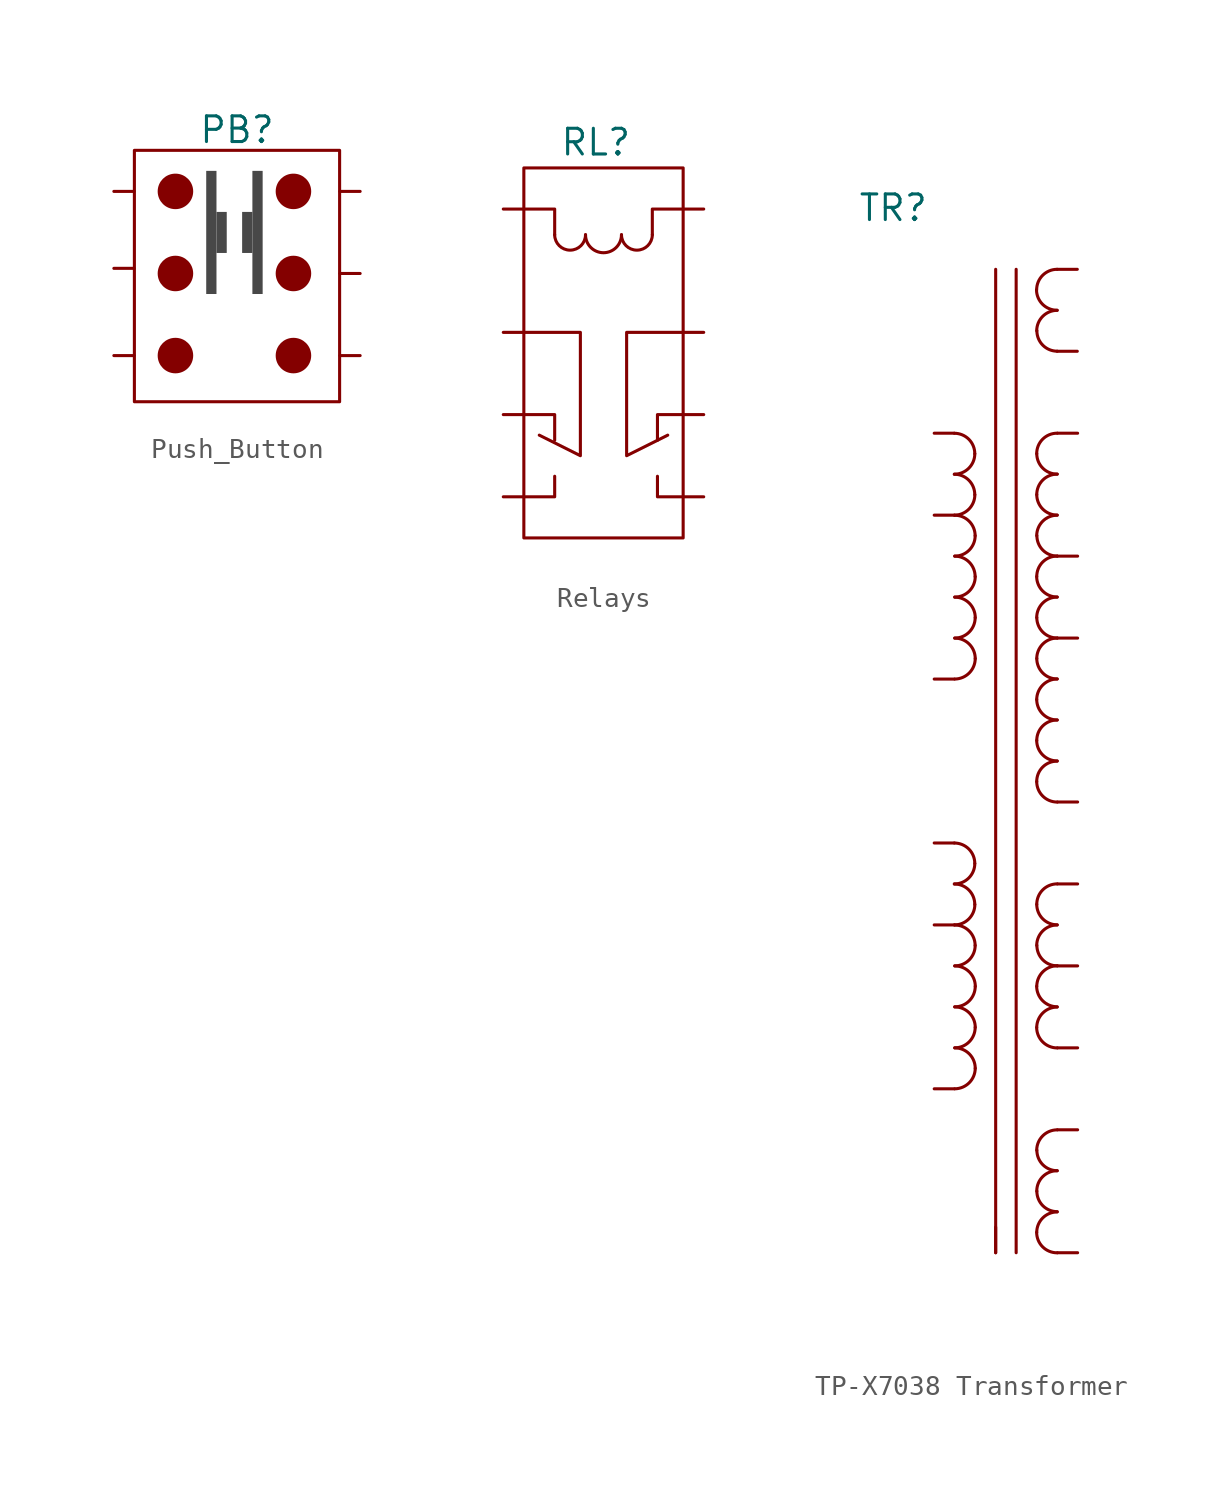
<source format=kicad_sym>
(kicad_symbol_lib
  (version 20231120)
  (generator "kicad_symbol_editor")
  (generator_version "8.0")
  (symbol "Push_Button"
    (property "Reference" "PB"
      (at 1.524 10.668 0)
      (effects (font (size 1.27 1.27))))
    (property "Value" ""
      (at 0 0 0)
      (effects (font (size 1.27 1.27))))
    (symbol "Push_Button_0_1"
      (rectangle (start -3.556 9.652) (end 6.604 -2.794) (stroke (width 0) (type default)) (fill (type none))))
    (symbol "Push_Button_1_1"
      (circle (center -1.524 -0.508) (radius 0.803) (stroke (width 0) (type default)) (fill (type outline)))
      (circle (center -1.524 3.556) (radius 0.803) (stroke (width 0) (type default)) (fill (type outline)))
      (circle (center -1.524 7.62) (radius 0.803) (stroke (width 0) (type default)) (fill (type outline)))
      (rectangle (start 0 8.636) (end 0.508 2.54) (stroke (width -0.0001) (type default)) (fill (type color) (color 72 72 72 1)))
      (rectangle (start 0.508 6.604) (end 1.016 4.572) (stroke (width -0.0001) (type default)) (fill (type color) (color 72 72 72 1)))
      (rectangle (start 1.778 6.604) (end 2.286 4.572) (stroke (width -0.0001) (type default)) (fill (type color) (color 72 72 72 1)))
      (rectangle (start 2.794 2.54) (end 2.286 8.636) (stroke (width -0.0001) (type default)) (fill (type color) (color 72 72 72 1)))
      (circle (center 4.318 -0.508) (radius 0.803) (stroke (width 0) (type default)) (fill (type outline)))
      (circle (center 4.318 3.556) (radius 0.803) (stroke (width 0) (type default)) (fill (type outline)))
      (circle (center 4.318 7.62) (radius 0.803) (stroke (width 0) (type default)) (fill (type outline)))
      (pin passive line (at -4.572 -0.508 0) (length 1) (name "" (effects (font (size 1.27 1.27)))) (number "" (effects (font (size 1.27 1.27)))))
      (pin passive line (at -4.572 3.81 0) (length 1) (name "" (effects (font (size 1.27 1.27)))) (number "" (effects (font (size 1.27 1.27)))))
      (pin passive line (at -4.572 7.62 0) (length 1) (name "" (effects (font (size 1.27 1.27)))) (number "" (effects (font (size 1.27 1.27)))))
      (pin passive line (at 7.62 -0.508 180) (length 1) (name "" (effects (font (size 1.27 1.27)))) (number "" (effects (font (size 1.27 1.27)))))
      (pin passive line (at 7.62 3.556 180) (length 1) (name "" (effects (font (size 1.27 1.27)))) (number "" (effects (font (size 1.27 1.27)))))
      (pin passive line (at 7.62 7.62 180) (length 1) (name "" (effects (font (size 1.27 1.27)))) (number "" (effects (font (size 1.27 1.27)))))))
  (symbol "Relays"
    (property "Reference" "RL"
      (at 1.524 5.334 0)
      (effects (font (size 1.27 1.27))))
    (property "Value" ""
      (at 0 0 0)
      (effects (font (size 1.27 1.27))))
    (symbol "Relays_0_1"
      (rectangle (start -2.032 4.064) (end 5.842 -14.224) (stroke (width 0) (type default)) (fill (type none)))
      (arc (start -0.508 0.762) (mid 0.254 0) (end 1.016 0.762) (stroke (width 0) (type default)) (fill (type none)))
      (polyline (pts (xy -2.032 -12.192) (xy -0.508 -12.192) (xy -0.508 -11.176)) (stroke (width 0) (type default)) (fill (type none)))
      (polyline (pts (xy -2.032 -8.128) (xy -0.508 -8.128) (xy -0.508 -9.398)) (stroke (width 0) (type default)) (fill (type none)))
      (polyline (pts (xy -2.032 2.032) (xy -0.508 2.032) (xy -0.508 0.762)) (stroke (width 0) (type default)) (fill (type none)))
      (polyline (pts (xy 5.842 -12.192) (xy 4.572 -12.192) (xy 4.572 -11.176)) (stroke (width 0) (type default)) (fill (type none)))
      (polyline (pts (xy 5.842 -8.128) (xy 4.572 -8.128) (xy 4.572 -9.398)) (stroke (width 0) (type default)) (fill (type none)))
      (polyline (pts (xy 5.842 2.032) (xy 4.318 2.032) (xy 4.318 0.762)) (stroke (width 0) (type default)) (fill (type none)))
      (polyline (pts (xy -2.032 -4.064) (xy 0.762 -4.064) (xy 0.762 -10.16) (xy -1.27 -9.144)) (stroke (width 0) (type default)) (fill (type none)))
      (polyline (pts (xy 5.842 -4.064) (xy 3.048 -4.064) (xy 3.048 -10.16) (xy 5.08 -9.144)) (stroke (width 0) (type default)) (fill (type none)))
      (arc (start 1.016 0.762) (mid 1.905 -0.127) (end 2.794 0.762) (stroke (width 0) (type default)) (fill (type none)))
      (arc (start 2.794 0.762) (mid 3.556 0) (end 4.318 0.762) (stroke (width 0) (type default)) (fill (type none))))
    (symbol "Relays_1_1"
      (pin passive line (at -3.048 -12.192 0) (length 1) (name "" (effects (font (size 1.27 1.27)))) (number "" (effects (font (size 1.27 1.27)))))
      (pin passive line (at -3.048 -8.128 0) (length 1) (name "" (effects (font (size 1.27 1.27)))) (number "" (effects (font (size 1.27 1.27)))))
      (pin passive line (at -3.048 -4.064 0) (length 1) (name "" (effects (font (size 1.27 1.27)))) (number "" (effects (font (size 1.27 1.27)))))
      (pin passive line (at -3.048 2.032 0) (length 1) (name "" (effects (font (size 1.27 1.27)))) (number "" (effects (font (size 1.27 1.27)))))
      (pin passive line (at 6.858 -12.192 180) (length 1) (name "" (effects (font (size 1.27 1.27)))) (number "" (effects (font (size 1.27 1.27)))))
      (pin passive line (at 6.858 -8.128 180) (length 1) (name "" (effects (font (size 1.27 1.27)))) (number "" (effects (font (size 1.27 1.27)))))
      (pin passive line (at 6.858 -4.064 180) (length 1) (name "" (effects (font (size 1.27 1.27)))) (number "" (effects (font (size 1.27 1.27)))))
      (pin passive line (at 6.858 2.032 180) (length 1) (name "" (effects (font (size 1.27 1.27)))) (number "" (effects (font (size 1.27 1.27)))))))
  (symbol "TP-X7038 Transformer"
    (property "Reference" "TR"
      (at 1.778 13.208 0)
      (effects (font (size 1.27 1.27))))
    (property "Value" ""
      (at 0.254 0 0)
      (effects (font (size 1.27 1.27))))
    (symbol "TP-X7038 Transformer_0_1"
      (polyline (pts (xy 6.858 -38.608) (xy 6.858 10.16)) (stroke (width 0) (type default)) (fill (type none)))
      (polyline (pts (xy 7.874 10.16) (xy 7.874 -38.608)) (stroke (width 0) (type default)) (fill (type none)))
      (arc (start 4.807 -20.321) (mid 5.5254 -20.0234) (end 5.823 -19.305) (stroke (width 0) (type default)) (fill (type none)))
      (arc (start 4.807 -0.001) (mid 5.5258 0.2967) (end 5.823 1.015) (stroke (width 0) (type default)) (fill (type none)))
      (arc (start 4.81 -22.352) (mid 5.5284 -22.0544) (end 5.826 -21.336) (stroke (width 0) (type default)) (fill (type none)))
      (arc (start 4.81 -2.032) (mid 5.5284 -1.7344) (end 5.826 -1.016) (stroke (width 0) (type default)) (fill (type none)))
      (arc (start 4.8256 -28.4476) (mid 5.5441 -28.1501) (end 5.8416 -27.4316) (stroke (width 0) (type default)) (fill (type none)))
      (arc (start 4.8256 -24.3836) (mid 5.5441 -24.0861) (end 5.8416 -23.3676) (stroke (width 0) (type default)) (fill (type none)))
      (arc (start 4.8256 -8.1276) (mid 5.5441 -7.8301) (end 5.8416 -7.1116) (stroke (width 0) (type default)) (fill (type none)))
      (arc (start 4.8256 -4.0636) (mid 5.5441 -3.7661) (end 5.8416 -3.0476) (stroke (width 0) (type default)) (fill (type none)))
      (arc (start 4.8286 -30.4786) (mid 5.5471 -30.1811) (end 5.8446 -29.4626) (stroke (width 0) (type default)) (fill (type none)))
      (arc (start 4.8286 -26.4146) (mid 5.5471 -26.1171) (end 5.8446 -25.3986) (stroke (width 0) (type default)) (fill (type none)))
      (arc (start 4.8286 -10.1586) (mid 5.547 -9.861) (end 5.8446 -9.1426) (stroke (width 0) (type default)) (fill (type none)))
      (arc (start 4.8286 -6.0946) (mid 5.547 -5.797) (end 5.8446 -5.0786) (stroke (width 0) (type default)) (fill (type none)))
      (arc (start 5.823 -19.307) (mid 5.5263 -18.5877) (end 4.807 -18.291) (stroke (width 0) (type default)) (fill (type none)))
      (arc (start 5.823 1.013) (mid 5.5263 1.7323) (end 4.807 2.029) (stroke (width 0) (type default)) (fill (type none)))
      (arc (start 5.826 -21.338) (mid 5.5293 -20.6187) (end 4.81 -20.322) (stroke (width 0) (type default)) (fill (type none)))
      (arc (start 5.826 -1.018) (mid 5.5293 -0.2987) (end 4.81 -0.002) (stroke (width 0) (type default)) (fill (type none)))
      (arc (start 5.839 -23.371) (mid 5.5423 -22.6517) (end 4.823 -22.355) (stroke (width 0) (type default)) (fill (type none)))
      (arc (start 5.839 -3.051) (mid 5.5423 -2.3317) (end 4.823 -2.035) (stroke (width 0) (type default)) (fill (type none)))
      (arc (start 5.8416 -27.4336) (mid 5.5447 -26.7147) (end 4.8256 -26.4176) (stroke (width 0) (type default)) (fill (type none)))
      (arc (start 5.8416 -7.1136) (mid 5.5449 -6.3943) (end 4.8256 -6.0976) (stroke (width 0) (type default)) (fill (type none)))
      (arc (start 5.8446 -29.4646) (mid 5.5477 -28.7457) (end 4.8286 -28.4486) (stroke (width 0) (type default)) (fill (type none)))
      (arc (start 5.8446 -25.4006) (mid 5.5477 -24.6817) (end 4.8286 -24.3846) (stroke (width 0) (type default)) (fill (type none)))
      (arc (start 5.8446 -9.1446) (mid 5.5479 -8.4253) (end 4.8286 -8.1286) (stroke (width 0) (type default)) (fill (type none)))
      (arc (start 5.8446 -5.0806) (mid 5.5479 -4.3613) (end 4.8286 -4.0646) (stroke (width 0) (type default)) (fill (type none)))
      (arc (start 8.89 9.146) (mid 9.1869 8.4263) (end 9.906 8.13) (stroke (width 0) (type default)) (fill (type none)))
      (arc (start 8.893 -33.525) (mid 9.1897 -34.2443) (end 9.909 -34.541) (stroke (width 0) (type default)) (fill (type none)))
      (arc (start 8.893 -23.365) (mid 9.1897 -24.0843) (end 9.909 -24.381) (stroke (width 0) (type default)) (fill (type none)))
      (arc (start 8.893 -11.173) (mid 9.1897 -11.8923) (end 9.909 -12.189) (stroke (width 0) (type default)) (fill (type none)))
      (arc (start 8.893 -7.109) (mid 9.1897 -7.8283) (end 9.909 -8.125) (stroke (width 0) (type default)) (fill (type none)))
      (arc (start 8.893 -3.045) (mid 9.1897 -3.7643) (end 9.909 -4.061) (stroke (width 0) (type default)) (fill (type none)))
      (arc (start 8.893 1.019) (mid 9.1897 0.2997) (end 9.909 0.003) (stroke (width 0) (type default)) (fill (type none)))
      (arc (start 8.893 7.115) (mid 9.1897 6.3957) (end 9.909 6.099) (stroke (width 0) (type default)) (fill (type none)))
      (arc (start 8.894 -37.596) (mid 9.1902 -38.317) (end 9.91 -38.612) (stroke (width 0) (type default)) (fill (type none)))
      (arc (start 8.894 -27.436) (mid 9.1907 -28.1553) (end 9.91 -28.452) (stroke (width 0) (type default)) (fill (type none)))
      (arc (start 8.894 -15.244) (mid 9.1907 -15.9633) (end 9.91 -16.26) (stroke (width 0) (type default)) (fill (type none)))
      (arc (start 8.896 -35.556) (mid 9.1923 -36.2763) (end 9.912 -36.572) (stroke (width 0) (type default)) (fill (type none)))
      (arc (start 8.896 -25.396) (mid 9.1927 -26.1153) (end 9.912 -26.412) (stroke (width 0) (type default)) (fill (type none)))
      (arc (start 8.896 -21.332) (mid 9.1927 -22.0513) (end 9.912 -22.348) (stroke (width 0) (type default)) (fill (type none)))
      (arc (start 8.896 -13.204) (mid 9.1927 -13.9233) (end 9.912 -14.22) (stroke (width 0) (type default)) (fill (type none)))
      (arc (start 8.896 -9.14) (mid 9.1927 -9.8593) (end 9.912 -10.156) (stroke (width 0) (type default)) (fill (type none)))
      (arc (start 8.896 -5.076) (mid 9.1927 -5.7953) (end 9.912 -6.092) (stroke (width 0) (type default)) (fill (type none)))
      (arc (start 8.896 -1.012) (mid 9.1927 -1.7313) (end 9.912 -2.028) (stroke (width 0) (type default)) (fill (type none)))
      (arc (start 9.906 10.16) (mid 9.1876 9.8624) (end 8.89 9.144) (stroke (width 0) (type default)) (fill (type none)))
      (arc (start 9.909 -32.511) (mid 9.1902 -32.8087) (end 8.893 -33.527) (stroke (width 0) (type default)) (fill (type none)))
      (arc (start 9.909 -22.351) (mid 9.1895 -22.6486) (end 8.893 -23.367) (stroke (width 0) (type default)) (fill (type none)))
      (arc (start 9.909 -10.159) (mid 9.1905 -10.457) (end 8.893 -11.175) (stroke (width 0) (type default)) (fill (type none)))
      (arc (start 9.909 -6.095) (mid 9.1905 -6.393) (end 8.893 -7.111) (stroke (width 0) (type default)) (fill (type none)))
      (arc (start 9.909 -2.031) (mid 9.1905 -2.329) (end 8.893 -3.047) (stroke (width 0) (type default)) (fill (type none)))
      (arc (start 9.909 2.033) (mid 9.1905 1.735) (end 8.893 1.017) (stroke (width 0) (type default)) (fill (type none)))
      (arc (start 9.909 8.129) (mid 9.1905 7.831) (end 8.893 7.113) (stroke (width 0) (type default)) (fill (type none)))
      (arc (start 9.91 -36.582) (mid 9.1927 -36.8807) (end 8.894 -37.598) (stroke (width 0) (type default)) (fill (type none)))
      (arc (start 9.91 -26.422) (mid 9.1937 -26.7199) (end 8.894 -27.438) (stroke (width 0) (type default)) (fill (type none)))
      (arc (start 9.91 -14.23) (mid 9.1911 -14.5265) (end 8.894 -15.246) (stroke (width 0) (type default)) (fill (type none)))
      (arc (start 9.912 -34.542) (mid 9.1916 -34.8387) (end 8.896 -35.558) (stroke (width 0) (type default)) (fill (type none)))
      (arc (start 9.912 -24.382) (mid 9.1944 -24.6792) (end 8.896 -25.398) (stroke (width 0) (type default)) (fill (type none)))
      (arc (start 9.912 -20.318) (mid 9.193 -20.615) (end 8.896 -21.334) (stroke (width 0) (type default)) (fill (type none)))
      (arc (start 9.912 -12.19) (mid 9.1919 -12.487) (end 8.896 -13.206) (stroke (width 0) (type default)) (fill (type none)))
      (arc (start 9.912 -8.126) (mid 9.1919 -8.423) (end 8.896 -9.142) (stroke (width 0) (type default)) (fill (type none)))
      (arc (start 9.912 -4.062) (mid 9.1919 -4.359) (end 8.896 -5.078) (stroke (width 0) (type default)) (fill (type none)))
      (arc (start 9.912 0.002) (mid 9.1919 -0.295) (end 8.896 -1.014) (stroke (width 0) (type default)) (fill (type none))))
    (symbol "TP-X7038 Transformer_1_1"
      (pin power_in line (at 3.81 -30.48 0) (length 1) (name "" (effects (font (size 1.27 1.27)))) (number "" (effects (font (size 1.27 1.27)))))
      (pin power_in line (at 3.81 -22.352 0) (length 1) (name "" (effects (font (size 1.27 1.27)))) (number "" (effects (font (size 1.27 1.27)))))
      (pin power_in line (at 3.81 -18.288 0) (length 1) (name "" (effects (font (size 1.27 1.27)))) (number "" (effects (font (size 1.27 1.27)))))
      (pin power_in line (at 3.81 -10.16 0) (length 1) (name "" (effects (font (size 1.27 1.27)))) (number "" (effects (font (size 1.27 1.27)))))
      (pin power_in line (at 3.81 -2.032 0) (length 1) (name "" (effects (font (size 1.27 1.27)))) (number "" (effects (font (size 1.27 1.27)))))
      (pin power_in line (at 3.81 2.032 0) (length 1) (name "" (effects (font (size 1.27 1.27)))) (number "" (effects (font (size 1.27 1.27)))))
      (pin input line (at 6.858 -38.608 90) (length 1.27) (name "" (effects (font (size 1.27 1.27)))) (number "" (effects (font (size 1.27 1.27)))))
      (pin power_out line (at 10.906 6.096 180) (length 1) (name "" (effects (font (size 1.27 1.27)))) (number "" (effects (font (size 1.27 1.27)))))
      (pin power_out line (at 10.906 10.16 180) (length 1) (name "" (effects (font (size 1.27 1.27)))) (number "" (effects (font (size 1.27 1.27)))))
      (pin power_in line (at 10.922 -38.608 180) (length 1) (name "" (effects (font (size 1.27 1.27)))) (number "" (effects (font (size 1.27 1.27)))))
      (pin power_out line (at 10.922 -32.512 180) (length 1) (name "" (effects (font (size 1.27 1.27)))) (number "" (effects (font (size 1.27 1.27)))))
      (pin power_out line (at 10.922 -28.448 180) (length 1) (name "" (effects (font (size 1.27 1.27)))) (number "" (effects (font (size 1.27 1.27)))))
      (pin power_out line (at 10.922 -24.384 180) (length 1) (name "" (effects (font (size 1.27 1.27)))) (number "" (effects (font (size 1.27 1.27)))))
      (pin power_out line (at 10.922 -20.32 180) (length 1) (name "" (effects (font (size 1.27 1.27)))) (number "" (effects (font (size 1.27 1.27)))))
      (pin power_out line (at 10.922 -16.256 180) (length 1) (name "" (effects (font (size 1.27 1.27)))) (number "" (effects (font (size 1.27 1.27)))))
      (pin power_out line (at 10.922 -8.128 180) (length 1) (name "" (effects (font (size 1.27 1.27)))) (number "" (effects (font (size 1.27 1.27)))))
      (pin power_out line (at 10.922 -4.064 180) (length 1) (name "" (effects (font (size 1.27 1.27)))) (number "" (effects (font (size 1.27 1.27)))))
      (pin power_out line (at 10.922 2.032 180) (length 1) (name "" (effects (font (size 1.27 1.27)))) (number "" (effects (font (size 1.27 1.27))))))))
</source>
